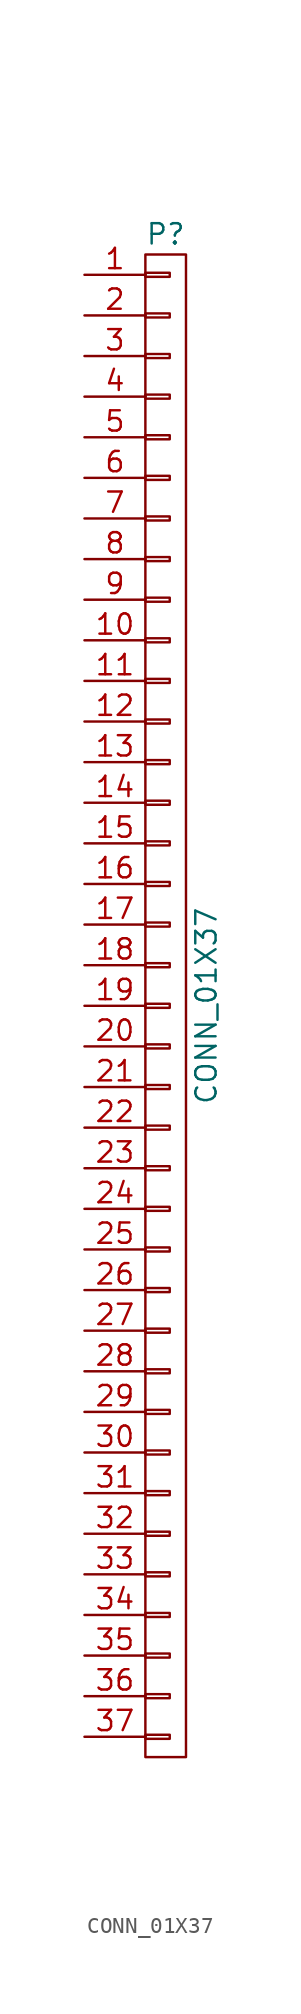
<source format=kicad_sym>
(kicad_symbol_lib
  (version 20231120)
  (generator "kicad_symbol_editor")
  (generator_version "8.0")
  (symbol "CONN_01X37"
    (pin_names
      (offset 1.016) hide)
    (property "Reference" "P"
      (at 0 48.26 0)
      (effects (font (size 1.27 1.27))))
    (property "Value" "CONN_01X37"
      (at 2.54 0 90)
      (effects (font (size 1.27 1.27))))
    (property "Footprint" ""
      (at 0 0 0)
      (effects (font (size 1.27 1.27))))
    (property "Datasheet" ""
      (at 0 0 0)
      (effects (font (size 1.27 1.27))))
    (symbol "CONN_01X37_0_1"
      (rectangle (start -1.27 -46.99) (end 1.27 46.99) (stroke (width 0) (type solid)) (fill (type none)))
      (rectangle (start -1.27 -45.593) (end 0.254 -45.847) (stroke (width 0) (type solid)) (fill (type none)))
      (rectangle (start -1.27 -43.053) (end 0.254 -43.307) (stroke (width 0) (type solid)) (fill (type none)))
      (rectangle (start -1.27 -40.513) (end 0.254 -40.767) (stroke (width 0) (type solid)) (fill (type none)))
      (rectangle (start -1.27 -37.973) (end 0.254 -38.227) (stroke (width 0) (type solid)) (fill (type none)))
      (rectangle (start -1.27 -35.433) (end 0.254 -35.687) (stroke (width 0) (type solid)) (fill (type none)))
      (rectangle (start -1.27 -32.893) (end 0.254 -33.147) (stroke (width 0) (type solid)) (fill (type none)))
      (rectangle (start -1.27 -30.353) (end 0.254 -30.607) (stroke (width 0) (type solid)) (fill (type none)))
      (rectangle (start -1.27 -27.813) (end 0.254 -28.067) (stroke (width 0) (type solid)) (fill (type none)))
      (rectangle (start -1.27 -25.273) (end 0.254 -25.527) (stroke (width 0) (type solid)) (fill (type none)))
      (rectangle (start -1.27 -22.733) (end 0.254 -22.987) (stroke (width 0) (type solid)) (fill (type none)))
      (rectangle (start -1.27 -20.193) (end 0.254 -20.447) (stroke (width 0) (type solid)) (fill (type none)))
      (rectangle (start -1.27 -17.653) (end 0.254 -17.907) (stroke (width 0) (type solid)) (fill (type none)))
      (rectangle (start -1.27 -15.113) (end 0.254 -15.367) (stroke (width 0) (type solid)) (fill (type none)))
      (rectangle (start -1.27 -12.573) (end 0.254 -12.827) (stroke (width 0) (type solid)) (fill (type none)))
      (rectangle (start -1.27 -10.033) (end 0.254 -10.287) (stroke (width 0) (type solid)) (fill (type none)))
      (rectangle (start -1.27 -7.493) (end 0.254 -7.747) (stroke (width 0) (type solid)) (fill (type none)))
      (rectangle (start -1.27 -4.953) (end 0.254 -5.207) (stroke (width 0) (type solid)) (fill (type none)))
      (rectangle (start -1.27 -2.413) (end 0.254 -2.667) (stroke (width 0) (type solid)) (fill (type none)))
      (rectangle (start -1.27 0.127) (end 0.254 -0.127) (stroke (width 0) (type solid)) (fill (type none)))
      (rectangle (start -1.27 2.667) (end 0.254 2.413) (stroke (width 0) (type solid)) (fill (type none)))
      (rectangle (start -1.27 5.207) (end 0.254 4.953) (stroke (width 0) (type solid)) (fill (type none)))
      (rectangle (start -1.27 7.747) (end 0.254 7.493) (stroke (width 0) (type solid)) (fill (type none)))
      (rectangle (start -1.27 10.287) (end 0.254 10.033) (stroke (width 0) (type solid)) (fill (type none)))
      (rectangle (start -1.27 12.827) (end 0.254 12.573) (stroke (width 0) (type solid)) (fill (type none)))
      (rectangle (start -1.27 15.367) (end 0.254 15.113) (stroke (width 0) (type solid)) (fill (type none)))
      (rectangle (start -1.27 17.907) (end 0.254 17.653) (stroke (width 0) (type solid)) (fill (type none)))
      (rectangle (start -1.27 20.447) (end 0.254 20.193) (stroke (width 0) (type solid)) (fill (type none)))
      (rectangle (start -1.27 22.987) (end 0.254 22.733) (stroke (width 0) (type solid)) (fill (type none)))
      (rectangle (start -1.27 25.527) (end 0.254 25.273) (stroke (width 0) (type solid)) (fill (type none)))
      (rectangle (start -1.27 28.067) (end 0.254 27.813) (stroke (width 0) (type solid)) (fill (type none)))
      (rectangle (start -1.27 30.607) (end 0.254 30.353) (stroke (width 0) (type solid)) (fill (type none)))
      (rectangle (start -1.27 33.147) (end 0.254 32.893) (stroke (width 0) (type solid)) (fill (type none)))
      (rectangle (start -1.27 35.687) (end 0.254 35.433) (stroke (width 0) (type solid)) (fill (type none)))
      (rectangle (start -1.27 38.227) (end 0.254 37.973) (stroke (width 0) (type solid)) (fill (type none)))
      (rectangle (start -1.27 40.767) (end 0.254 40.513) (stroke (width 0) (type solid)) (fill (type none)))
      (rectangle (start -1.27 43.307) (end 0.254 43.053) (stroke (width 0) (type solid)) (fill (type none)))
      (rectangle (start -1.27 45.847) (end 0.254 45.593) (stroke (width 0) (type solid)) (fill (type none))))
    (symbol "CONN_01X37_1_1"
      (pin passive line (at -5.08 45.72 0) (length 3.81) (name "P1" (effects (font (size 1.27 1.27)))) (number "1" (effects (font (size 1.27 1.27)))))
      (pin passive line (at -5.08 22.86 0) (length 3.81) (name "P10" (effects (font (size 1.27 1.27)))) (number "10" (effects (font (size 1.27 1.27)))))
      (pin passive line (at -5.08 20.32 0) (length 3.81) (name "P11" (effects (font (size 1.27 1.27)))) (number "11" (effects (font (size 1.27 1.27)))))
      (pin passive line (at -5.08 17.78 0) (length 3.81) (name "P12" (effects (font (size 1.27 1.27)))) (number "12" (effects (font (size 1.27 1.27)))))
      (pin passive line (at -5.08 15.24 0) (length 3.81) (name "P13" (effects (font (size 1.27 1.27)))) (number "13" (effects (font (size 1.27 1.27)))))
      (pin passive line (at -5.08 12.7 0) (length 3.81) (name "P14" (effects (font (size 1.27 1.27)))) (number "14" (effects (font (size 1.27 1.27)))))
      (pin passive line (at -5.08 10.16 0) (length 3.81) (name "P15" (effects (font (size 1.27 1.27)))) (number "15" (effects (font (size 1.27 1.27)))))
      (pin passive line (at -5.08 7.62 0) (length 3.81) (name "P16" (effects (font (size 1.27 1.27)))) (number "16" (effects (font (size 1.27 1.27)))))
      (pin passive line (at -5.08 5.08 0) (length 3.81) (name "P17" (effects (font (size 1.27 1.27)))) (number "17" (effects (font (size 1.27 1.27)))))
      (pin passive line (at -5.08 2.54 0) (length 3.81) (name "P18" (effects (font (size 1.27 1.27)))) (number "18" (effects (font (size 1.27 1.27)))))
      (pin passive line (at -5.08 0 0) (length 3.81) (name "P19" (effects (font (size 1.27 1.27)))) (number "19" (effects (font (size 1.27 1.27)))))
      (pin passive line (at -5.08 43.18 0) (length 3.81) (name "P2" (effects (font (size 1.27 1.27)))) (number "2" (effects (font (size 1.27 1.27)))))
      (pin passive line (at -5.08 -2.54 0) (length 3.81) (name "P20" (effects (font (size 1.27 1.27)))) (number "20" (effects (font (size 1.27 1.27)))))
      (pin passive line (at -5.08 -5.08 0) (length 3.81) (name "P21" (effects (font (size 1.27 1.27)))) (number "21" (effects (font (size 1.27 1.27)))))
      (pin passive line (at -5.08 -7.62 0) (length 3.81) (name "P22" (effects (font (size 1.27 1.27)))) (number "22" (effects (font (size 1.27 1.27)))))
      (pin passive line (at -5.08 -10.16 0) (length 3.81) (name "P23" (effects (font (size 1.27 1.27)))) (number "23" (effects (font (size 1.27 1.27)))))
      (pin passive line (at -5.08 -12.7 0) (length 3.81) (name "P24" (effects (font (size 1.27 1.27)))) (number "24" (effects (font (size 1.27 1.27)))))
      (pin passive line (at -5.08 -15.24 0) (length 3.81) (name "P25" (effects (font (size 1.27 1.27)))) (number "25" (effects (font (size 1.27 1.27)))))
      (pin passive line (at -5.08 -17.78 0) (length 3.81) (name "P26" (effects (font (size 1.27 1.27)))) (number "26" (effects (font (size 1.27 1.27)))))
      (pin passive line (at -5.08 -20.32 0) (length 3.81) (name "P27" (effects (font (size 1.27 1.27)))) (number "27" (effects (font (size 1.27 1.27)))))
      (pin passive line (at -5.08 -22.86 0) (length 3.81) (name "P28" (effects (font (size 1.27 1.27)))) (number "28" (effects (font (size 1.27 1.27)))))
      (pin passive line (at -5.08 -25.4 0) (length 3.81) (name "P29" (effects (font (size 1.27 1.27)))) (number "29" (effects (font (size 1.27 1.27)))))
      (pin passive line (at -5.08 40.64 0) (length 3.81) (name "P3" (effects (font (size 1.27 1.27)))) (number "3" (effects (font (size 1.27 1.27)))))
      (pin passive line (at -5.08 -27.94 0) (length 3.81) (name "P30" (effects (font (size 1.27 1.27)))) (number "30" (effects (font (size 1.27 1.27)))))
      (pin passive line (at -5.08 -30.48 0) (length 3.81) (name "P31" (effects (font (size 1.27 1.27)))) (number "31" (effects (font (size 1.27 1.27)))))
      (pin passive line (at -5.08 -33.02 0) (length 3.81) (name "P32" (effects (font (size 1.27 1.27)))) (number "32" (effects (font (size 1.27 1.27)))))
      (pin passive line (at -5.08 -35.56 0) (length 3.81) (name "P33" (effects (font (size 1.27 1.27)))) (number "33" (effects (font (size 1.27 1.27)))))
      (pin passive line (at -5.08 -38.1 0) (length 3.81) (name "P34" (effects (font (size 1.27 1.27)))) (number "34" (effects (font (size 1.27 1.27)))))
      (pin passive line (at -5.08 -40.64 0) (length 3.81) (name "P35" (effects (font (size 1.27 1.27)))) (number "35" (effects (font (size 1.27 1.27)))))
      (pin passive line (at -5.08 -43.18 0) (length 3.81) (name "P36" (effects (font (size 1.27 1.27)))) (number "36" (effects (font (size 1.27 1.27)))))
      (pin passive line (at -5.08 -45.72 0) (length 3.81) (name "P37" (effects (font (size 1.27 1.27)))) (number "37" (effects (font (size 1.27 1.27)))))
      (pin passive line (at -5.08 38.1 0) (length 3.81) (name "P4" (effects (font (size 1.27 1.27)))) (number "4" (effects (font (size 1.27 1.27)))))
      (pin passive line (at -5.08 35.56 0) (length 3.81) (name "P5" (effects (font (size 1.27 1.27)))) (number "5" (effects (font (size 1.27 1.27)))))
      (pin passive line (at -5.08 33.02 0) (length 3.81) (name "P6" (effects (font (size 1.27 1.27)))) (number "6" (effects (font (size 1.27 1.27)))))
      (pin passive line (at -5.08 30.48 0) (length 3.81) (name "P7" (effects (font (size 1.27 1.27)))) (number "7" (effects (font (size 1.27 1.27)))))
      (pin passive line (at -5.08 27.94 0) (length 3.81) (name "P8" (effects (font (size 1.27 1.27)))) (number "8" (effects (font (size 1.27 1.27)))))
      (pin passive line (at -5.08 25.4 0) (length 3.81) (name "P9" (effects (font (size 1.27 1.27)))) (number "9" (effects (font (size 1.27 1.27))))))))
</source>
